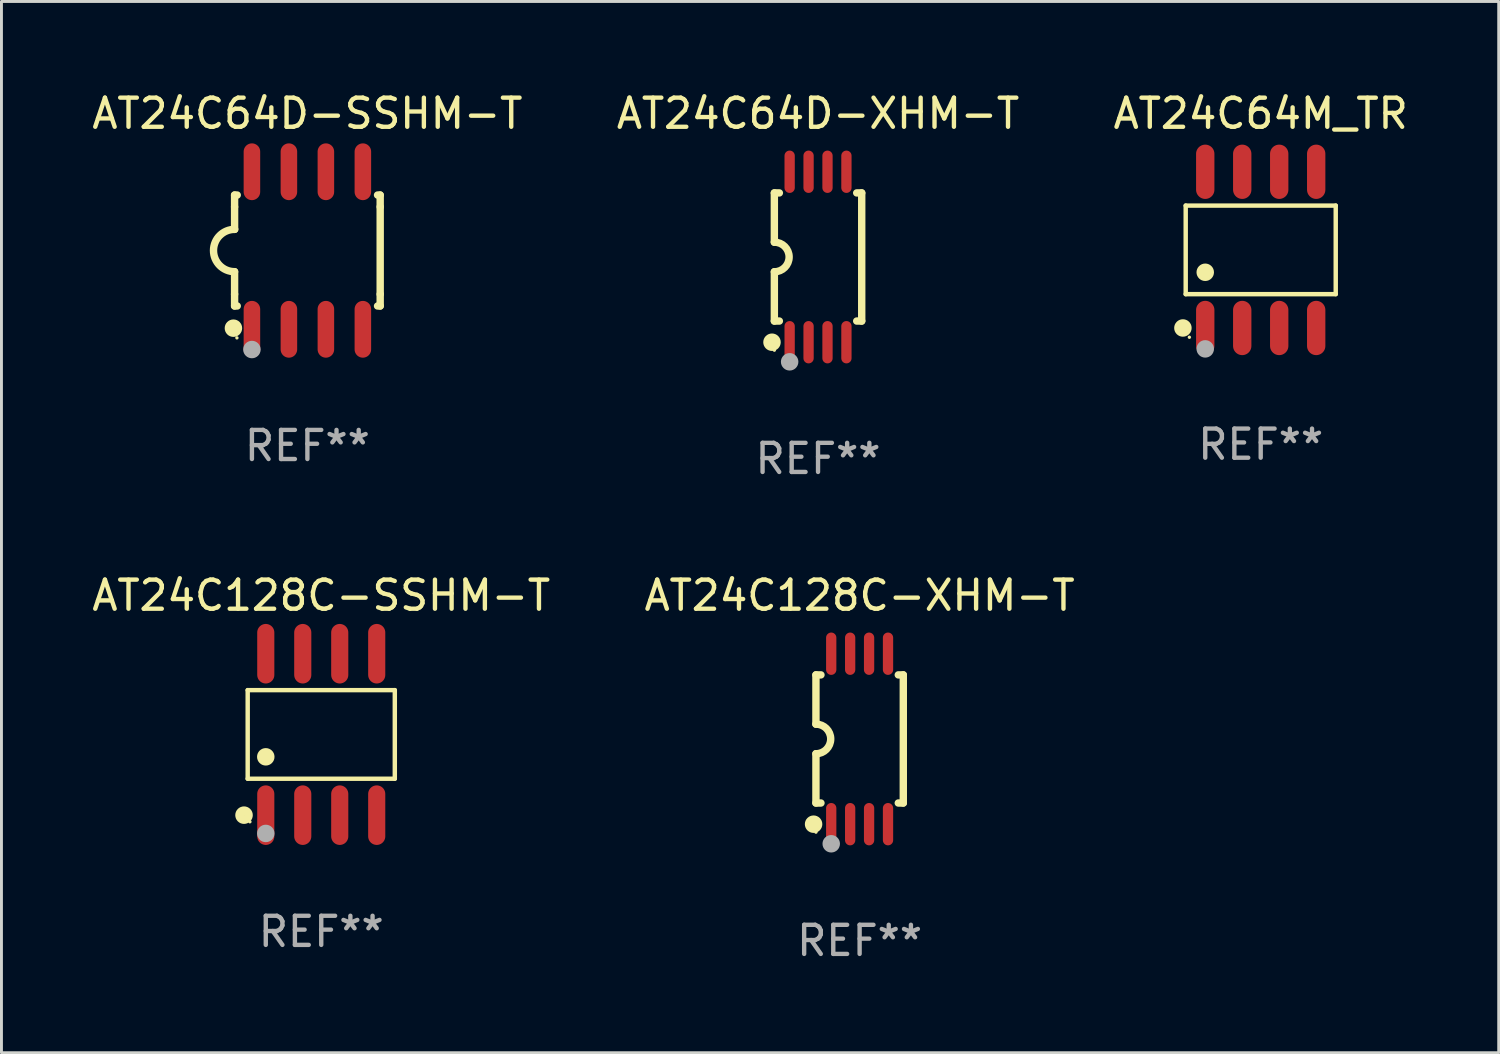
<source format=kicad_pcb>
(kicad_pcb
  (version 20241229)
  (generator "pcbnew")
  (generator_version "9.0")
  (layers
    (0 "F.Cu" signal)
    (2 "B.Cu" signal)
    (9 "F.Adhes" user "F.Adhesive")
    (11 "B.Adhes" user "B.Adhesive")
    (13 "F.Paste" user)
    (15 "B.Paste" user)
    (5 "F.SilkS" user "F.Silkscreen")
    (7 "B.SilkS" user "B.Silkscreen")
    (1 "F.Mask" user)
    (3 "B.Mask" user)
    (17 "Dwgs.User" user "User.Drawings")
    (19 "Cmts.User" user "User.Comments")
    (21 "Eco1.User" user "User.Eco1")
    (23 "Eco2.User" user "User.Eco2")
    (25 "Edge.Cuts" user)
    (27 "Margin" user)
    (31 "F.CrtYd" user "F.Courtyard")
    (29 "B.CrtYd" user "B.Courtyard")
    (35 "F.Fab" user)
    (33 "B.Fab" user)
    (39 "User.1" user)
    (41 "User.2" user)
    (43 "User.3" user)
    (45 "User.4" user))
  (footprint "AT24C128C-SSHM-T"
    (layer "F.Cu")
    (at 7.982 22.171)
    (property "Reference" "AT24C128C-SSHM-T" (at 0 -4.772 0) (layer "F.SilkS") (effects (font (size 1 1) (thickness 0.15))))
    (attr through_hole)
    (fp_line (start -2.526 -1.521) (end 2.526 -1.521) (stroke (width 0.152) (type solid)) (layer "F.SilkS"))
    (fp_line (start -2.526 1.521) (end -2.526 -1.521) (stroke (width 0.152) (type solid)) (layer "F.SilkS"))
    (fp_line (start 2.526 -1.521) (end 2.526 1.521) (stroke (width 0.152) (type solid)) (layer "F.SilkS"))
    (fp_line (start 2.526 1.521) (end -2.526 1.521) (stroke (width 0.152) (type solid)) (layer "F.SilkS"))
    (fp_circle (center -2.652 2.772) (end -2.501 2.772) (stroke (width 0.3) (type solid)) (fill no) (layer "F.SilkS"))
    (fp_circle (center -2.45 3) (end -2.42 3) (stroke (width 0.06) (type solid)) (fill no) (layer "F.SilkS"))
    (fp_circle (center -1.905 0.769) (end -1.755 0.769) (stroke (width 0.3) (type solid)) (fill no) (layer "F.SilkS"))
    (fp_circle (center -1.905 3.4) (end -1.755 3.4) (stroke (width 0.3) (type solid)) (fill no) (layer "F.Fab"))
    (fp_text user "REF**" (at 0 6.772 0) (layer "F.Fab") (effects (font (size 1 1) (thickness 0.15))))
    (pad "1" smd oval (at -1.905 2.772) (size 0.588 2.045) (layers "F.Cu" "F.Mask" "F.Paste"))
    (pad "2" smd oval (at -0.635 2.772) (size 0.588 2.045) (layers "F.Cu" "F.Mask" "F.Paste"))
    (pad "3" smd oval (at 0.635 2.772) (size 0.588 2.045) (layers "F.Cu" "F.Mask" "F.Paste"))
    (pad "4" smd oval (at 1.905 2.772) (size 0.588 2.045) (layers "F.Cu" "F.Mask" "F.Paste"))
    (pad "5" smd oval (at 1.905 -2.772) (size 0.588 2.045) (layers "F.Cu" "F.Mask" "F.Paste"))
    (pad "6" smd oval (at 0.635 -2.772) (size 0.588 2.045) (layers "F.Cu" "F.Mask" "F.Paste"))
    (pad "7" smd oval (at -0.635 -2.772) (size 0.588 2.045) (layers "F.Cu" "F.Mask" "F.Paste"))
    (pad "8" smd oval (at -1.905 -2.772) (size 0.588 2.045) (layers "F.Cu" "F.Mask" "F.Paste")))
  (footprint "AT24C64D-XHM-T"
    (layer "F.Cu")
    (at 25.042 5.775)
    (property "Reference" "AT24C64D-XHM-T" (at 0 -4.927 0) (layer "F.SilkS") (effects (font (size 1 1) (thickness 0.15))))
    (attr through_hole)
    (fp_line (start -1.5 -2.2) (end -1.5 -0.508) (stroke (width 0.254) (type solid)) (layer "F.SilkS"))
    (fp_line (start -1.5 -2.2) (end -1.328 -2.2) (stroke (width 0.254) (type solid)) (layer "F.SilkS"))
    (fp_line (start -1.5 2.2) (end -1.5 0.508) (stroke (width 0.254) (type solid)) (layer "F.SilkS"))
    (fp_line (start -1.5 2.2) (end -1.328 2.2) (stroke (width 0.254) (type solid)) (layer "F.SilkS"))
    (fp_line (start 1.328 -2.2) (end 1.5 -2.2) (stroke (width 0.254) (type solid)) (layer "F.SilkS"))
    (fp_line (start 1.328 2.2) (end 1.5 2.2) (stroke (width 0.254) (type solid)) (layer "F.SilkS"))
    (fp_line (start 1.5 -2.2) (end 1.5 2.2) (stroke (width 0.254) (type solid)) (layer "F.SilkS"))
    (fp_arc (start -1.501144 -0.508) (mid -0.993143 -0.000571) (end -1.5 0.508001) (stroke (width 0.254001) (type solid)) (layer "F.SilkS"))
    (fp_circle (center -1.581 2.927) (end -1.431 2.927) (stroke (width 0.3) (type solid)) (fill no) (layer "F.SilkS"))
    (fp_circle (center -1.5 3.2) (end -1.47 3.2) (stroke (width 0.06) (type solid)) (fill no) (layer "F.SilkS"))
    (fp_circle (center -0.975 3.6) (end -0.825 3.6) (stroke (width 0.3) (type solid)) (fill no) (layer "F.Fab"))
    (fp_text user "REF**" (at 0 6.927 0) (layer "F.Fab") (effects (font (size 1 1) (thickness 0.15))))
    (pad "1" smd oval (at -0.975 2.927) (size 0.353 1.454) (layers "F.Cu" "F.Mask" "F.Paste"))
    (pad "2" smd oval (at -0.325 2.927) (size 0.353 1.454) (layers "F.Cu" "F.Mask" "F.Paste"))
    (pad "3" smd oval (at 0.325 2.927) (size 0.353 1.454) (layers "F.Cu" "F.Mask" "F.Paste"))
    (pad "4" smd oval (at 0.975 2.927) (size 0.353 1.454) (layers "F.Cu" "F.Mask" "F.Paste"))
    (pad "5" smd oval (at 0.975 -2.927) (size 0.353 1.454) (layers "F.Cu" "F.Mask" "F.Paste"))
    (pad "6" smd oval (at 0.325 -2.927) (size 0.353 1.454) (layers "F.Cu" "F.Mask" "F.Paste"))
    (pad "7" smd oval (at -0.325 -2.927) (size 0.353 1.454) (layers "F.Cu" "F.Mask" "F.Paste"))
    (pad "8" smd oval (at -0.975 -2.927) (size 0.353 1.454) (layers "F.Cu" "F.Mask" "F.Paste")))
  (footprint "AT24C128C-XHM-T"
    (layer "F.Cu")
    (at 26.47 22.326)
    (property "Reference" "AT24C128C-XHM-T" (at 0 -4.927 0) (layer "F.SilkS") (effects (font (size 1 1) (thickness 0.15))))
    (attr through_hole)
    (fp_line (start -1.5 -2.2) (end -1.5 -0.508) (stroke (width 0.254) (type solid)) (layer "F.SilkS"))
    (fp_line (start -1.5 -2.2) (end -1.328 -2.2) (stroke (width 0.254) (type solid)) (layer "F.SilkS"))
    (fp_line (start -1.5 2.2) (end -1.5 0.508) (stroke (width 0.254) (type solid)) (layer "F.SilkS"))
    (fp_line (start -1.5 2.2) (end -1.328 2.2) (stroke (width 0.254) (type solid)) (layer "F.SilkS"))
    (fp_line (start 1.328 -2.2) (end 1.5 -2.2) (stroke (width 0.254) (type solid)) (layer "F.SilkS"))
    (fp_line (start 1.328 2.2) (end 1.5 2.2) (stroke (width 0.254) (type solid)) (layer "F.SilkS"))
    (fp_line (start 1.5 -2.2) (end 1.5 2.2) (stroke (width 0.254) (type solid)) (layer "F.SilkS"))
    (fp_arc (start -1.501144 -0.508) (mid -0.993143 -0.000571) (end -1.5 0.508001) (stroke (width 0.254001) (type solid)) (layer "F.SilkS"))
    (fp_circle (center -1.581 2.927) (end -1.431 2.927) (stroke (width 0.3) (type solid)) (fill no) (layer "F.SilkS"))
    (fp_circle (center -1.5 3.2) (end -1.47 3.2) (stroke (width 0.06) (type solid)) (fill no) (layer "F.SilkS"))
    (fp_circle (center -0.975 3.6) (end -0.825 3.6) (stroke (width 0.3) (type solid)) (fill no) (layer "F.Fab"))
    (fp_text user "REF**" (at 0 6.927 0) (layer "F.Fab") (effects (font (size 1 1) (thickness 0.15))))
    (pad "1" smd oval (at -0.975 2.927) (size 0.353 1.454) (layers "F.Cu" "F.Mask" "F.Paste"))
    (pad "2" smd oval (at -0.325 2.927) (size 0.353 1.454) (layers "F.Cu" "F.Mask" "F.Paste"))
    (pad "3" smd oval (at 0.325 2.927) (size 0.353 1.454) (layers "F.Cu" "F.Mask" "F.Paste"))
    (pad "4" smd oval (at 0.975 2.927) (size 0.353 1.454) (layers "F.Cu" "F.Mask" "F.Paste"))
    (pad "5" smd oval (at 0.975 -2.927) (size 0.353 1.454) (layers "F.Cu" "F.Mask" "F.Paste"))
    (pad "6" smd oval (at 0.325 -2.927) (size 0.353 1.454) (layers "F.Cu" "F.Mask" "F.Paste"))
    (pad "7" smd oval (at -0.325 -2.927) (size 0.353 1.454) (layers "F.Cu" "F.Mask" "F.Paste"))
    (pad "8" smd oval (at -0.975 -2.927) (size 0.353 1.454) (layers "F.Cu" "F.Mask" "F.Paste")))
  (footprint "AT24C64D-SSHM-T"
    (layer "F.Cu")
    (at 7.506 5.553)
    (property "Reference" "AT24C64D-SSHM-T" (at 0 -4.705 0) (layer "F.SilkS") (effects (font (size 1 1) (thickness 0.15))))
    (attr through_hole)
    (fp_line (start -2.5 -1.905) (end -2.409 -1.905) (stroke (width 0.254) (type solid)) (layer "F.SilkS"))
    (fp_line (start -2.5 -1.5) (end -2.5 -1.905) (stroke (width 0.254) (type solid)) (layer "F.SilkS"))
    (fp_line (start -2.5 -1.5) (end -2.5 -0.726) (stroke (width 0.254) (type solid)) (layer "F.SilkS"))
    (fp_line (start -2.5 1.5) (end -2.5 0.727) (stroke (width 0.254) (type solid)) (layer "F.SilkS"))
    (fp_line (start -2.5 1.5) (end -2.5 1.905) (stroke (width 0.254) (type solid)) (layer "F.SilkS"))
    (fp_line (start -2.5 1.905) (end -2.409 1.905) (stroke (width 0.254) (type solid)) (layer "F.SilkS"))
    (fp_line (start 2.5 -1.905) (end 2.409 -1.905) (stroke (width 0.254) (type solid)) (layer "F.SilkS"))
    (fp_line (start 2.5 -1.5) (end 2.5 -1.905) (stroke (width 0.254) (type solid)) (layer "F.SilkS"))
    (fp_line (start 2.5 -1.5) (end 2.5 1.5) (stroke (width 0.254) (type solid)) (layer "F.SilkS"))
    (fp_line (start 2.5 1.5) (end 2.5 1.905) (stroke (width 0.254) (type solid)) (layer "F.SilkS"))
    (fp_line (start 2.5 1.905) (end 2.409 1.905) (stroke (width 0.254) (type solid)) (layer "F.SilkS"))
    (fp_arc (start -2.5 0.726568) (mid -3.220316 -0.0023) (end -2.495097 -0.726289) (stroke (width 0.254001) (type solid)) (layer "F.SilkS"))
    (fp_circle (center -2.54 2.667) (end -2.39 2.667) (stroke (width 0.3) (type solid)) (fill no) (layer "F.SilkS"))
    (fp_circle (center -2.42 3) (end -2.39 3) (stroke (width 0.06) (type solid)) (fill no) (layer "F.SilkS"))
    (fp_circle (center -1.905 3.4) (end -1.755 3.4) (stroke (width 0.3) (type solid)) (fill no) (layer "F.Fab"))
    (fp_text user "REF**" (at 0 6.705 0) (layer "F.Fab") (effects (font (size 1 1) (thickness 0.15))))
    (pad "1" smd oval (at -1.905 2.705) (size 0.568 1.95) (layers "F.Cu" "F.Mask" "F.Paste"))
    (pad "2" smd oval (at -0.635 2.705) (size 0.568 1.95) (layers "F.Cu" "F.Mask" "F.Paste"))
    (pad "3" smd oval (at 0.635 2.705) (size 0.568 1.95) (layers "F.Cu" "F.Mask" "F.Paste"))
    (pad "4" smd oval (at 1.905 2.705) (size 0.568 1.95) (layers "F.Cu" "F.Mask" "F.Paste"))
    (pad "5" smd oval (at 1.905 -2.705) (size 0.568 1.95) (layers "F.Cu" "F.Mask" "F.Paste"))
    (pad "6" smd oval (at 0.635 -2.705) (size 0.568 1.95) (layers "F.Cu" "F.Mask" "F.Paste"))
    (pad "7" smd oval (at -0.635 -2.705) (size 0.568 1.95) (layers "F.Cu" "F.Mask" "F.Paste"))
    (pad "8" smd oval (at -1.905 -2.705) (size 0.568 1.95) (layers "F.Cu" "F.Mask" "F.Paste")))
  (footprint "AT24C64M_TR"
    (layer "F.Cu")
    (at 40.244 5.531)
    (property "Reference" "AT24C64M_TR" (at 0 -4.682 0) (layer "F.SilkS") (effects (font (size 1 1) (thickness 0.15))))
    (attr through_hole)
    (fp_line (start -2.576 -1.521) (end 2.576 -1.521) (stroke (width 0.152) (type solid)) (layer "F.SilkS"))
    (fp_line (start -2.576 1.521) (end -2.576 -1.521) (stroke (width 0.152) (type solid)) (layer "F.SilkS"))
    (fp_line (start 2.576 -1.521) (end 2.576 1.521) (stroke (width 0.152) (type solid)) (layer "F.SilkS"))
    (fp_line (start 2.576 1.521) (end -2.576 1.521) (stroke (width 0.152) (type solid)) (layer "F.SilkS"))
    (fp_circle (center -2.672 2.682) (end -2.522 2.682) (stroke (width 0.3) (type solid)) (fill no) (layer "F.SilkS"))
    (fp_circle (center -2.45 3) (end -2.42 3) (stroke (width 0.06) (type solid)) (fill no) (layer "F.SilkS"))
    (fp_circle (center -1.905 0.769) (end -1.755 0.769) (stroke (width 0.3) (type solid)) (fill no) (layer "F.SilkS"))
    (fp_circle (center -1.905 3.4) (end -1.755 3.4) (stroke (width 0.3) (type solid)) (fill no) (layer "F.Fab"))
    (fp_text user "REF**" (at 0 6.682 0) (layer "F.Fab") (effects (font (size 1 1) (thickness 0.15))))
    (pad "1" smd oval (at -1.905 2.682) (size 0.63 1.865) (layers "F.Cu" "F.Mask" "F.Paste"))
    (pad "2" smd oval (at -0.635 2.682) (size 0.63 1.865) (layers "F.Cu" "F.Mask" "F.Paste"))
    (pad "3" smd oval (at 0.635 2.682) (size 0.63 1.865) (layers "F.Cu" "F.Mask" "F.Paste"))
    (pad "4" smd oval (at 1.905 2.682) (size 0.63 1.865) (layers "F.Cu" "F.Mask" "F.Paste"))
    (pad "5" smd oval (at 1.905 -2.682) (size 0.63 1.865) (layers "F.Cu" "F.Mask" "F.Paste"))
    (pad "6" smd oval (at 0.635 -2.682) (size 0.63 1.865) (layers "F.Cu" "F.Mask" "F.Paste"))
    (pad "7" smd oval (at -0.635 -2.682) (size 0.63 1.865) (layers "F.Cu" "F.Mask" "F.Paste"))
    (pad "8" smd oval (at -1.905 -2.682) (size 0.63 1.865) (layers "F.Cu" "F.Mask" "F.Paste")))
  (gr_rect
    (start -3 -3)
    (end 48.417 33.101)
    (stroke (width 0.1) (type default))
    (fill no)
    (layer "Edge.Cuts")))
</source>
